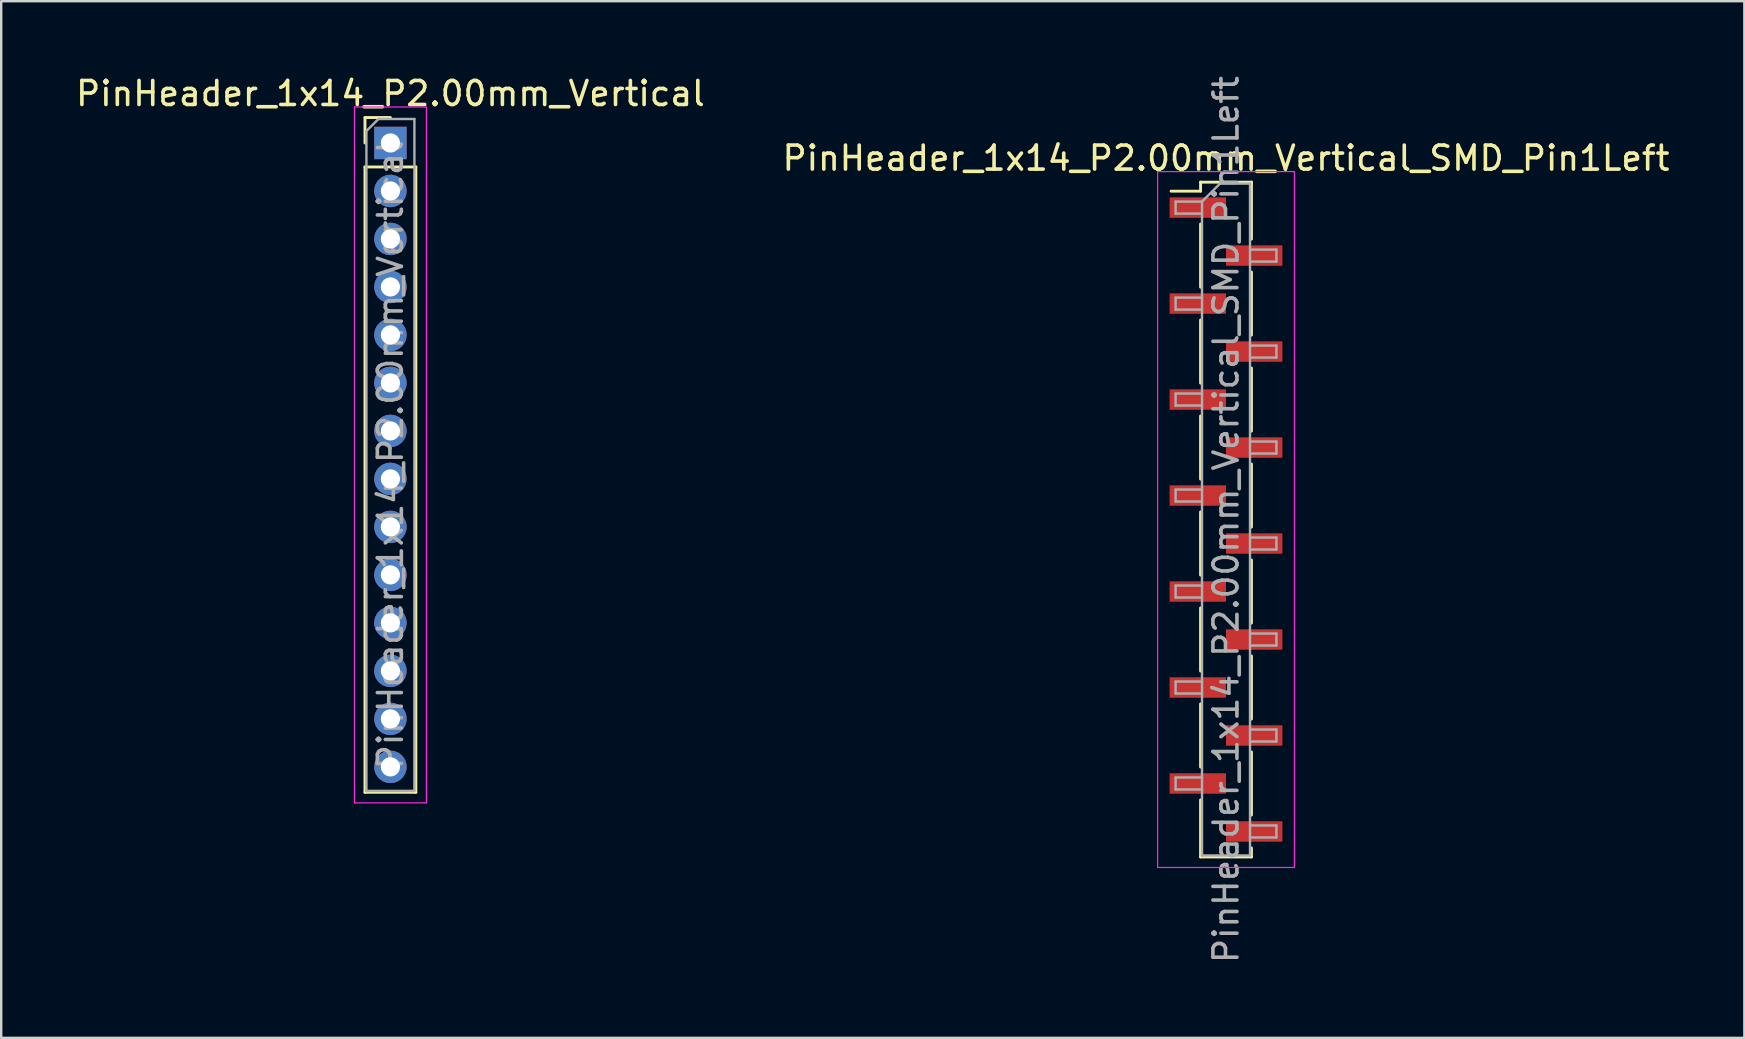
<source format=kicad_pcb>
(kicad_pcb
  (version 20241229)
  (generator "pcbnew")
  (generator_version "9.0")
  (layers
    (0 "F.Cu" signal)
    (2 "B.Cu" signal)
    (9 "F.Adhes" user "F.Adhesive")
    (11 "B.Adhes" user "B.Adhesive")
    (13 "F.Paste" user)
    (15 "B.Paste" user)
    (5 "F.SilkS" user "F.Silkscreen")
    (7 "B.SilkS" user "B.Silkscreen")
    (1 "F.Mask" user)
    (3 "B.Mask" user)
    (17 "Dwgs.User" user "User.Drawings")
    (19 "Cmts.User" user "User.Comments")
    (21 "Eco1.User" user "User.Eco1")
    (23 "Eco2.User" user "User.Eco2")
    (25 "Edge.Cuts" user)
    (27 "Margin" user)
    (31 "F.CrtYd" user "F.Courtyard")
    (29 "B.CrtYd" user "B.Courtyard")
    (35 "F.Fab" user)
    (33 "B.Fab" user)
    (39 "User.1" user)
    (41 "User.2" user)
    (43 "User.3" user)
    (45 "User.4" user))
  (footprint "PinHeader_1x14_P2.00mm_Vertical_SMD_Pin1Left"
    (layer "F.Cu")
    (at 48.042 18.601)
    (property "Reference" "PinHeader_1x14_P2.00mm_Vertical_SMD_Pin1Left" (at 0 -15.06 0) (layer "F.SilkS") (effects (font (size 1 1) (thickness 0.15))))
    (attr smd)
    (fp_line (start -1.06 -14.06) (end -1.06 -13.685) (stroke (width 0.12) (type solid)) (layer "F.SilkS"))
    (fp_line (start -1.06 -14.06) (end 1.06 -14.06) (stroke (width 0.12) (type solid)) (layer "F.SilkS"))
    (fp_line (start -1.06 -13.685) (end -2.29 -13.685) (stroke (width 0.12) (type solid)) (layer "F.SilkS"))
    (fp_line (start -1.06 -12.315) (end -1.06 -9.685) (stroke (width 0.12) (type solid)) (layer "F.SilkS"))
    (fp_line (start -1.06 -8.315) (end -1.06 -5.685) (stroke (width 0.12) (type solid)) (layer "F.SilkS"))
    (fp_line (start -1.06 -4.315) (end -1.06 -1.685) (stroke (width 0.12) (type solid)) (layer "F.SilkS"))
    (fp_line (start -1.06 -0.315) (end -1.06 2.315) (stroke (width 0.12) (type solid)) (layer "F.SilkS"))
    (fp_line (start -1.06 3.685) (end -1.06 6.315) (stroke (width 0.12) (type solid)) (layer "F.SilkS"))
    (fp_line (start -1.06 7.685) (end -1.06 10.315) (stroke (width 0.12) (type solid)) (layer "F.SilkS"))
    (fp_line (start -1.06 11.685) (end -1.06 14.06) (stroke (width 0.12) (type solid)) (layer "F.SilkS"))
    (fp_line (start -1.06 14.06) (end 1.06 14.06) (stroke (width 0.12) (type solid)) (layer "F.SilkS"))
    (fp_line (start 1.06 -14.06) (end 1.06 -11.685) (stroke (width 0.12) (type solid)) (layer "F.SilkS"))
    (fp_line (start 1.06 -10.315) (end 1.06 -7.685) (stroke (width 0.12) (type solid)) (layer "F.SilkS"))
    (fp_line (start 1.06 -6.315) (end 1.06 -3.685) (stroke (width 0.12) (type solid)) (layer "F.SilkS"))
    (fp_line (start 1.06 -2.315) (end 1.06 0.315) (stroke (width 0.12) (type solid)) (layer "F.SilkS"))
    (fp_line (start 1.06 1.685) (end 1.06 4.315) (stroke (width 0.12) (type solid)) (layer "F.SilkS"))
    (fp_line (start 1.06 5.685) (end 1.06 8.315) (stroke (width 0.12) (type solid)) (layer "F.SilkS"))
    (fp_line (start 1.06 9.685) (end 1.06 12.315) (stroke (width 0.12) (type solid)) (layer "F.SilkS"))
    (fp_line (start 1.06 13.685) (end 1.06 14.06) (stroke (width 0.12) (type solid)) (layer "F.SilkS"))
    (fp_line (start -2.85 -14.5) (end -2.85 14.5) (stroke (width 0.05) (type solid)) (layer "F.CrtYd"))
    (fp_line (start -2.85 14.5) (end 2.85 14.5) (stroke (width 0.05) (type solid)) (layer "F.CrtYd"))
    (fp_line (start 2.85 -14.5) (end -2.85 -14.5) (stroke (width 0.05) (type solid)) (layer "F.CrtYd"))
    (fp_line (start 2.85 14.5) (end 2.85 -14.5) (stroke (width 0.05) (type solid)) (layer "F.CrtYd"))
    (fp_line (start -2.1 -13.25) (end -2.1 -12.75) (stroke (width 0.1) (type solid)) (layer "F.Fab"))
    (fp_line (start -2.1 -12.75) (end -1 -12.75) (stroke (width 0.1) (type solid)) (layer "F.Fab"))
    (fp_line (start -2.1 -9.25) (end -2.1 -8.75) (stroke (width 0.1) (type solid)) (layer "F.Fab"))
    (fp_line (start -2.1 -8.75) (end -1 -8.75) (stroke (width 0.1) (type solid)) (layer "F.Fab"))
    (fp_line (start -2.1 -5.25) (end -2.1 -4.75) (stroke (width 0.1) (type solid)) (layer "F.Fab"))
    (fp_line (start -2.1 -4.75) (end -1 -4.75) (stroke (width 0.1) (type solid)) (layer "F.Fab"))
    (fp_line (start -2.1 -1.25) (end -2.1 -0.75) (stroke (width 0.1) (type solid)) (layer "F.Fab"))
    (fp_line (start -2.1 -0.75) (end -1 -0.75) (stroke (width 0.1) (type solid)) (layer "F.Fab"))
    (fp_line (start -2.1 2.75) (end -2.1 3.25) (stroke (width 0.1) (type solid)) (layer "F.Fab"))
    (fp_line (start -2.1 3.25) (end -1 3.25) (stroke (width 0.1) (type solid)) (layer "F.Fab"))
    (fp_line (start -2.1 6.75) (end -2.1 7.25) (stroke (width 0.1) (type solid)) (layer "F.Fab"))
    (fp_line (start -2.1 7.25) (end -1 7.25) (stroke (width 0.1) (type solid)) (layer "F.Fab"))
    (fp_line (start -2.1 10.75) (end -2.1 11.25) (stroke (width 0.1) (type solid)) (layer "F.Fab"))
    (fp_line (start -2.1 11.25) (end -1 11.25) (stroke (width 0.1) (type solid)) (layer "F.Fab"))
    (fp_line (start -1 -13.25) (end -2.1 -13.25) (stroke (width 0.1) (type solid)) (layer "F.Fab"))
    (fp_line (start -1 -13.25) (end -0.25 -14) (stroke (width 0.1) (type solid)) (layer "F.Fab"))
    (fp_line (start -1 -9.25) (end -2.1 -9.25) (stroke (width 0.1) (type solid)) (layer "F.Fab"))
    (fp_line (start -1 -5.25) (end -2.1 -5.25) (stroke (width 0.1) (type solid)) (layer "F.Fab"))
    (fp_line (start -1 -1.25) (end -2.1 -1.25) (stroke (width 0.1) (type solid)) (layer "F.Fab"))
    (fp_line (start -1 2.75) (end -2.1 2.75) (stroke (width 0.1) (type solid)) (layer "F.Fab"))
    (fp_line (start -1 6.75) (end -2.1 6.75) (stroke (width 0.1) (type solid)) (layer "F.Fab"))
    (fp_line (start -1 10.75) (end -2.1 10.75) (stroke (width 0.1) (type solid)) (layer "F.Fab"))
    (fp_line (start -1 14) (end -1 -13.25) (stroke (width 0.1) (type solid)) (layer "F.Fab"))
    (fp_line (start -0.25 -14) (end 1 -14) (stroke (width 0.1) (type solid)) (layer "F.Fab"))
    (fp_line (start 1 -14) (end 1 14) (stroke (width 0.1) (type solid)) (layer "F.Fab"))
    (fp_line (start 1 -11.25) (end 2.1 -11.25) (stroke (width 0.1) (type solid)) (layer "F.Fab"))
    (fp_line (start 1 -7.25) (end 2.1 -7.25) (stroke (width 0.1) (type solid)) (layer "F.Fab"))
    (fp_line (start 1 -3.25) (end 2.1 -3.25) (stroke (width 0.1) (type solid)) (layer "F.Fab"))
    (fp_line (start 1 0.75) (end 2.1 0.75) (stroke (width 0.1) (type solid)) (layer "F.Fab"))
    (fp_line (start 1 4.75) (end 2.1 4.75) (stroke (width 0.1) (type solid)) (layer "F.Fab"))
    (fp_line (start 1 8.75) (end 2.1 8.75) (stroke (width 0.1) (type solid)) (layer "F.Fab"))
    (fp_line (start 1 12.75) (end 2.1 12.75) (stroke (width 0.1) (type solid)) (layer "F.Fab"))
    (fp_line (start 1 14) (end -1 14) (stroke (width 0.1) (type solid)) (layer "F.Fab"))
    (fp_line (start 2.1 -11.25) (end 2.1 -10.75) (stroke (width 0.1) (type solid)) (layer "F.Fab"))
    (fp_line (start 2.1 -10.75) (end 1 -10.75) (stroke (width 0.1) (type solid)) (layer "F.Fab"))
    (fp_line (start 2.1 -7.25) (end 2.1 -6.75) (stroke (width 0.1) (type solid)) (layer "F.Fab"))
    (fp_line (start 2.1 -6.75) (end 1 -6.75) (stroke (width 0.1) (type solid)) (layer "F.Fab"))
    (fp_line (start 2.1 -3.25) (end 2.1 -2.75) (stroke (width 0.1) (type solid)) (layer "F.Fab"))
    (fp_line (start 2.1 -2.75) (end 1 -2.75) (stroke (width 0.1) (type solid)) (layer "F.Fab"))
    (fp_line (start 2.1 0.75) (end 2.1 1.25) (stroke (width 0.1) (type solid)) (layer "F.Fab"))
    (fp_line (start 2.1 1.25) (end 1 1.25) (stroke (width 0.1) (type solid)) (layer "F.Fab"))
    (fp_line (start 2.1 4.75) (end 2.1 5.25) (stroke (width 0.1) (type solid)) (layer "F.Fab"))
    (fp_line (start 2.1 5.25) (end 1 5.25) (stroke (width 0.1) (type solid)) (layer "F.Fab"))
    (fp_line (start 2.1 8.75) (end 2.1 9.25) (stroke (width 0.1) (type solid)) (layer "F.Fab"))
    (fp_line (start 2.1 9.25) (end 1 9.25) (stroke (width 0.1) (type solid)) (layer "F.Fab"))
    (fp_line (start 2.1 12.75) (end 2.1 13.25) (stroke (width 0.1) (type solid)) (layer "F.Fab"))
    (fp_line (start 2.1 13.25) (end 1 13.25) (stroke (width 0.1) (type solid)) (layer "F.Fab"))
    (fp_text user "${REFERENCE}" (at 0 0 90) (layer "F.Fab") (effects (font (size 1 1) (thickness 0.15))))
    (pad "1" smd rect (at -1.175 -13) (size 2.35 0.85) (layers "F.Cu" "F.Mask" "F.Paste"))
    (pad "2" smd rect (at 1.175 -11) (size 2.35 0.85) (layers "F.Cu" "F.Mask" "F.Paste"))
    (pad "3" smd rect (at -1.175 -9) (size 2.35 0.85) (layers "F.Cu" "F.Mask" "F.Paste"))
    (pad "4" smd rect (at 1.175 -7) (size 2.35 0.85) (layers "F.Cu" "F.Mask" "F.Paste"))
    (pad "5" smd rect (at -1.175 -5) (size 2.35 0.85) (layers "F.Cu" "F.Mask" "F.Paste"))
    (pad "6" smd rect (at 1.175 -3) (size 2.35 0.85) (layers "F.Cu" "F.Mask" "F.Paste"))
    (pad "7" smd rect (at -1.175 -1) (size 2.35 0.85) (layers "F.Cu" "F.Mask" "F.Paste"))
    (pad "8" smd rect (at 1.175 1) (size 2.35 0.85) (layers "F.Cu" "F.Mask" "F.Paste"))
    (pad "9" smd rect (at -1.175 3) (size 2.35 0.85) (layers "F.Cu" "F.Mask" "F.Paste"))
    (pad "10" smd rect (at 1.175 5) (size 2.35 0.85) (layers "F.Cu" "F.Mask" "F.Paste"))
    (pad "11" smd rect (at -1.175 7) (size 2.35 0.85) (layers "F.Cu" "F.Mask" "F.Paste"))
    (pad "12" smd rect (at 1.175 9) (size 2.35 0.85) (layers "F.Cu" "F.Mask" "F.Paste"))
    (pad "13" smd rect (at -1.175 11) (size 2.35 0.85) (layers "F.Cu" "F.Mask" "F.Paste"))
    (pad "14" smd rect (at 1.175 13) (size 2.35 0.85) (layers "F.Cu" "F.Mask" "F.Paste")))
  (footprint "PinHeader_1x14_P2.00mm_Vertical"
    (layer "F.Cu")
    (at 13.22 2.908)
    (property "Reference" "PinHeader_1x14_P2.00mm_Vertical" (at 0 -2.06 0) (layer "F.SilkS") (effects (font (size 1 1) (thickness 0.15))))
    (attr through_hole)
    (fp_line (start -1.06 -1.06) (end 0 -1.06) (stroke (width 0.12) (type solid)) (layer "F.SilkS"))
    (fp_line (start -1.06 0) (end -1.06 -1.06) (stroke (width 0.12) (type solid)) (layer "F.SilkS"))
    (fp_line (start -1.06 1) (end -1.06 27.06) (stroke (width 0.12) (type solid)) (layer "F.SilkS"))
    (fp_line (start -1.06 1) (end 1.06 1) (stroke (width 0.12) (type solid)) (layer "F.SilkS"))
    (fp_line (start -1.06 27.06) (end 1.06 27.06) (stroke (width 0.12) (type solid)) (layer "F.SilkS"))
    (fp_line (start 1.06 1) (end 1.06 27.06) (stroke (width 0.12) (type solid)) (layer "F.SilkS"))
    (fp_line (start -1.5 -1.5) (end -1.5 27.5) (stroke (width 0.05) (type solid)) (layer "F.CrtYd"))
    (fp_line (start -1.5 27.5) (end 1.5 27.5) (stroke (width 0.05) (type solid)) (layer "F.CrtYd"))
    (fp_line (start 1.5 -1.5) (end -1.5 -1.5) (stroke (width 0.05) (type solid)) (layer "F.CrtYd"))
    (fp_line (start 1.5 27.5) (end 1.5 -1.5) (stroke (width 0.05) (type solid)) (layer "F.CrtYd"))
    (fp_line (start -1 -0.5) (end -0.5 -1) (stroke (width 0.1) (type solid)) (layer "F.Fab"))
    (fp_line (start -1 27) (end -1 -0.5) (stroke (width 0.1) (type solid)) (layer "F.Fab"))
    (fp_line (start -0.5 -1) (end 1 -1) (stroke (width 0.1) (type solid)) (layer "F.Fab"))
    (fp_line (start 1 -1) (end 1 27) (stroke (width 0.1) (type solid)) (layer "F.Fab"))
    (fp_line (start 1 27) (end -1 27) (stroke (width 0.1) (type solid)) (layer "F.Fab"))
    (fp_text user "${REFERENCE}" (at 0 13 90) (layer "F.Fab") (effects (font (size 1 1) (thickness 0.15))))
    (pad "1" thru_hole rect (at 0 0) (size 1.35 1.35) (drill 0.8) (layers "*.Cu" "*.Mask"))
    (pad "2" thru_hole oval (at 0 2) (size 1.35 1.35) (drill 0.8) (layers "*.Cu" "*.Mask"))
    (pad "3" thru_hole oval (at 0 4) (size 1.35 1.35) (drill 0.8) (layers "*.Cu" "*.Mask"))
    (pad "4" thru_hole oval (at 0 6) (size 1.35 1.35) (drill 0.8) (layers "*.Cu" "*.Mask"))
    (pad "5" thru_hole oval (at 0 8) (size 1.35 1.35) (drill 0.8) (layers "*.Cu" "*.Mask"))
    (pad "6" thru_hole oval (at 0 10) (size 1.35 1.35) (drill 0.8) (layers "*.Cu" "*.Mask"))
    (pad "7" thru_hole oval (at 0 12) (size 1.35 1.35) (drill 0.8) (layers "*.Cu" "*.Mask"))
    (pad "8" thru_hole oval (at 0 14) (size 1.35 1.35) (drill 0.8) (layers "*.Cu" "*.Mask"))
    (pad "9" thru_hole oval (at 0 16) (size 1.35 1.35) (drill 0.8) (layers "*.Cu" "*.Mask"))
    (pad "10" thru_hole oval (at 0 18) (size 1.35 1.35) (drill 0.8) (layers "*.Cu" "*.Mask"))
    (pad "11" thru_hole oval (at 0 20) (size 1.35 1.35) (drill 0.8) (layers "*.Cu" "*.Mask"))
    (pad "12" thru_hole oval (at 0 22) (size 1.35 1.35) (drill 0.8) (layers "*.Cu" "*.Mask"))
    (pad "13" thru_hole oval (at 0 24) (size 1.35 1.35) (drill 0.8) (layers "*.Cu" "*.Mask"))
    (pad "14" thru_hole oval (at 0 26) (size 1.35 1.35) (drill 0.8) (layers "*.Cu" "*.Mask")))
  (gr_rect
    (start -3 -3)
    (end 69.643 40.202)
    (stroke (width 0.1) (type default))
    (fill no)
    (layer "Edge.Cuts")))
</source>
